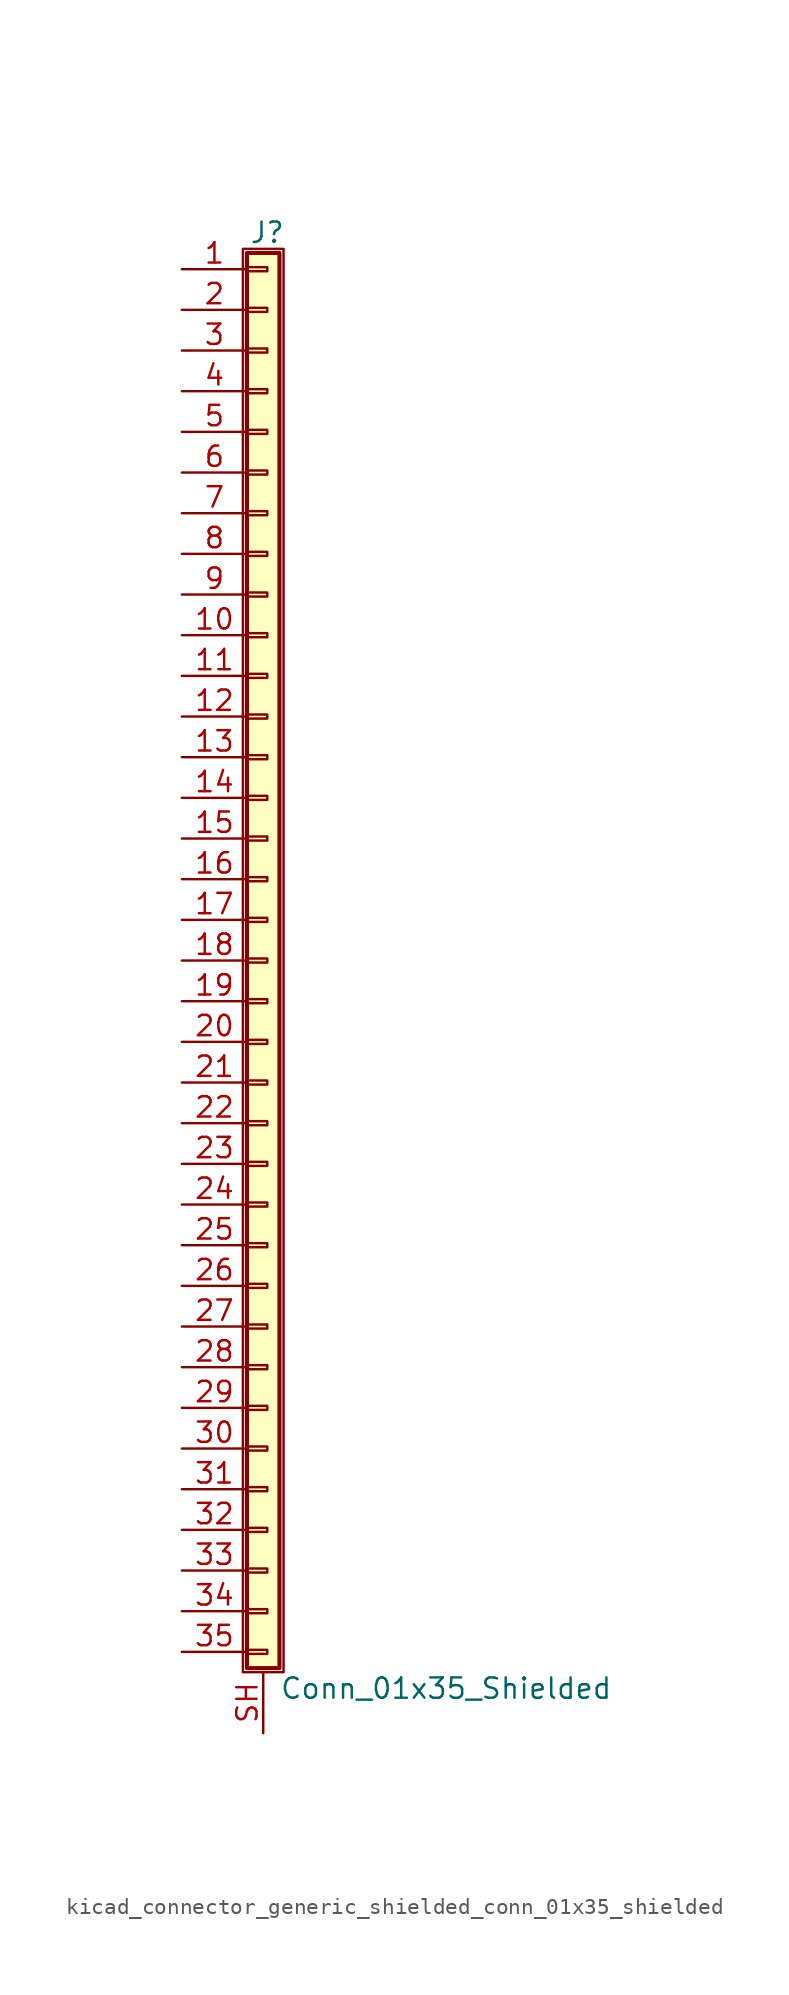
<source format=kicad_sym>
(kicad_symbol_lib
  (version 20220914)
  (generator kicad_symbol_editor)
  (symbol "kicad_connector_generic_shielded_conn_01x35_shielded"
    (pin_names
      (offset 1.016) hide)
    (property "Reference" "J"
      (at 0.254 45.466 0)
      (effects (font (size 1.27 1.27))))
    (property "Value" "Conn_01x35_Shielded"
      (at 1.016 -45.466 0)
      (effects (font (size 1.27 1.27)) (justify left)))
    (symbol "kicad_connector_generic_shielded_conn_01x35_shielded_1_1"
      (rectangle (start -1.27 44.45) (end 1.27 -44.45) (stroke (width 0.152) (type default)) (fill (type none)))
      (rectangle (start -1.016 -43.053) (end 0.254 -43.307) (stroke (width 0.152) (type default)) (fill (type none)))
      (rectangle (start -1.016 -40.513) (end 0.254 -40.767) (stroke (width 0.152) (type default)) (fill (type none)))
      (rectangle (start -1.016 -37.973) (end 0.254 -38.227) (stroke (width 0.152) (type default)) (fill (type none)))
      (rectangle (start -1.016 -35.433) (end 0.254 -35.687) (stroke (width 0.152) (type default)) (fill (type none)))
      (rectangle (start -1.016 -32.893) (end 0.254 -33.147) (stroke (width 0.152) (type default)) (fill (type none)))
      (rectangle (start -1.016 -30.353) (end 0.254 -30.607) (stroke (width 0.152) (type default)) (fill (type none)))
      (rectangle (start -1.016 -27.813) (end 0.254 -28.067) (stroke (width 0.152) (type default)) (fill (type none)))
      (rectangle (start -1.016 -25.273) (end 0.254 -25.527) (stroke (width 0.152) (type default)) (fill (type none)))
      (rectangle (start -1.016 -22.733) (end 0.254 -22.987) (stroke (width 0.152) (type default)) (fill (type none)))
      (rectangle (start -1.016 -20.193) (end 0.254 -20.447) (stroke (width 0.152) (type default)) (fill (type none)))
      (rectangle (start -1.016 -17.653) (end 0.254 -17.907) (stroke (width 0.152) (type default)) (fill (type none)))
      (rectangle (start -1.016 -15.113) (end 0.254 -15.367) (stroke (width 0.152) (type default)) (fill (type none)))
      (rectangle (start -1.016 -12.573) (end 0.254 -12.827) (stroke (width 0.152) (type default)) (fill (type none)))
      (rectangle (start -1.016 -10.033) (end 0.254 -10.287) (stroke (width 0.152) (type default)) (fill (type none)))
      (rectangle (start -1.016 -7.493) (end 0.254 -7.747) (stroke (width 0.152) (type default)) (fill (type none)))
      (rectangle (start -1.016 -4.953) (end 0.254 -5.207) (stroke (width 0.152) (type default)) (fill (type none)))
      (rectangle (start -1.016 -2.413) (end 0.254 -2.667) (stroke (width 0.152) (type default)) (fill (type none)))
      (rectangle (start -1.016 0.127) (end 0.254 -0.127) (stroke (width 0.152) (type default)) (fill (type none)))
      (rectangle (start -1.016 2.667) (end 0.254 2.413) (stroke (width 0.152) (type default)) (fill (type none)))
      (rectangle (start -1.016 5.207) (end 0.254 4.953) (stroke (width 0.152) (type default)) (fill (type none)))
      (rectangle (start -1.016 7.747) (end 0.254 7.493) (stroke (width 0.152) (type default)) (fill (type none)))
      (rectangle (start -1.016 10.287) (end 0.254 10.033) (stroke (width 0.152) (type default)) (fill (type none)))
      (rectangle (start -1.016 12.827) (end 0.254 12.573) (stroke (width 0.152) (type default)) (fill (type none)))
      (rectangle (start -1.016 15.367) (end 0.254 15.113) (stroke (width 0.152) (type default)) (fill (type none)))
      (rectangle (start -1.016 17.907) (end 0.254 17.653) (stroke (width 0.152) (type default)) (fill (type none)))
      (rectangle (start -1.016 20.447) (end 0.254 20.193) (stroke (width 0.152) (type default)) (fill (type none)))
      (rectangle (start -1.016 22.987) (end 0.254 22.733) (stroke (width 0.152) (type default)) (fill (type none)))
      (rectangle (start -1.016 25.527) (end 0.254 25.273) (stroke (width 0.152) (type default)) (fill (type none)))
      (rectangle (start -1.016 28.067) (end 0.254 27.813) (stroke (width 0.152) (type default)) (fill (type none)))
      (rectangle (start -1.016 30.607) (end 0.254 30.353) (stroke (width 0.152) (type default)) (fill (type none)))
      (rectangle (start -1.016 33.147) (end 0.254 32.893) (stroke (width 0.152) (type default)) (fill (type none)))
      (rectangle (start -1.016 35.687) (end 0.254 35.433) (stroke (width 0.152) (type default)) (fill (type none)))
      (rectangle (start -1.016 38.227) (end 0.254 37.973) (stroke (width 0.152) (type default)) (fill (type none)))
      (rectangle (start -1.016 40.767) (end 0.254 40.513) (stroke (width 0.152) (type default)) (fill (type none)))
      (rectangle (start -1.016 43.307) (end 0.254 43.053) (stroke (width 0.152) (type default)) (fill (type none)))
      (rectangle (start -1.016 44.196) (end 1.016 -44.196) (stroke (width 0.254) (type default)) (fill (type background)))
      (pin passive line (at -5.08 43.18 0) (length 4.064) (name "Pin_1" (effects (font (size 1.27 1.27)))) (number "1" (effects (font (size 1.27 1.27)))))
      (pin passive line (at -5.08 20.32 0) (length 4.064) (name "Pin_10" (effects (font (size 1.27 1.27)))) (number "10" (effects (font (size 1.27 1.27)))))
      (pin passive line (at -5.08 17.78 0) (length 4.064) (name "Pin_11" (effects (font (size 1.27 1.27)))) (number "11" (effects (font (size 1.27 1.27)))))
      (pin passive line (at -5.08 15.24 0) (length 4.064) (name "Pin_12" (effects (font (size 1.27 1.27)))) (number "12" (effects (font (size 1.27 1.27)))))
      (pin passive line (at -5.08 12.7 0) (length 4.064) (name "Pin_13" (effects (font (size 1.27 1.27)))) (number "13" (effects (font (size 1.27 1.27)))))
      (pin passive line (at -5.08 10.16 0) (length 4.064) (name "Pin_14" (effects (font (size 1.27 1.27)))) (number "14" (effects (font (size 1.27 1.27)))))
      (pin passive line (at -5.08 7.62 0) (length 4.064) (name "Pin_15" (effects (font (size 1.27 1.27)))) (number "15" (effects (font (size 1.27 1.27)))))
      (pin passive line (at -5.08 5.08 0) (length 4.064) (name "Pin_16" (effects (font (size 1.27 1.27)))) (number "16" (effects (font (size 1.27 1.27)))))
      (pin passive line (at -5.08 2.54 0) (length 4.064) (name "Pin_17" (effects (font (size 1.27 1.27)))) (number "17" (effects (font (size 1.27 1.27)))))
      (pin passive line (at -5.08 0 0) (length 4.064) (name "Pin_18" (effects (font (size 1.27 1.27)))) (number "18" (effects (font (size 1.27 1.27)))))
      (pin passive line (at -5.08 -2.54 0) (length 4.064) (name "Pin_19" (effects (font (size 1.27 1.27)))) (number "19" (effects (font (size 1.27 1.27)))))
      (pin passive line (at -5.08 40.64 0) (length 4.064) (name "Pin_2" (effects (font (size 1.27 1.27)))) (number "2" (effects (font (size 1.27 1.27)))))
      (pin passive line (at -5.08 -5.08 0) (length 4.064) (name "Pin_20" (effects (font (size 1.27 1.27)))) (number "20" (effects (font (size 1.27 1.27)))))
      (pin passive line (at -5.08 -7.62 0) (length 4.064) (name "Pin_21" (effects (font (size 1.27 1.27)))) (number "21" (effects (font (size 1.27 1.27)))))
      (pin passive line (at -5.08 -10.16 0) (length 4.064) (name "Pin_22" (effects (font (size 1.27 1.27)))) (number "22" (effects (font (size 1.27 1.27)))))
      (pin passive line (at -5.08 -12.7 0) (length 4.064) (name "Pin_23" (effects (font (size 1.27 1.27)))) (number "23" (effects (font (size 1.27 1.27)))))
      (pin passive line (at -5.08 -15.24 0) (length 4.064) (name "Pin_24" (effects (font (size 1.27 1.27)))) (number "24" (effects (font (size 1.27 1.27)))))
      (pin passive line (at -5.08 -17.78 0) (length 4.064) (name "Pin_25" (effects (font (size 1.27 1.27)))) (number "25" (effects (font (size 1.27 1.27)))))
      (pin passive line (at -5.08 -20.32 0) (length 4.064) (name "Pin_26" (effects (font (size 1.27 1.27)))) (number "26" (effects (font (size 1.27 1.27)))))
      (pin passive line (at -5.08 -22.86 0) (length 4.064) (name "Pin_27" (effects (font (size 1.27 1.27)))) (number "27" (effects (font (size 1.27 1.27)))))
      (pin passive line (at -5.08 -25.4 0) (length 4.064) (name "Pin_28" (effects (font (size 1.27 1.27)))) (number "28" (effects (font (size 1.27 1.27)))))
      (pin passive line (at -5.08 -27.94 0) (length 4.064) (name "Pin_29" (effects (font (size 1.27 1.27)))) (number "29" (effects (font (size 1.27 1.27)))))
      (pin passive line (at -5.08 38.1 0) (length 4.064) (name "Pin_3" (effects (font (size 1.27 1.27)))) (number "3" (effects (font (size 1.27 1.27)))))
      (pin passive line (at -5.08 -30.48 0) (length 4.064) (name "Pin_30" (effects (font (size 1.27 1.27)))) (number "30" (effects (font (size 1.27 1.27)))))
      (pin passive line (at -5.08 -33.02 0) (length 4.064) (name "Pin_31" (effects (font (size 1.27 1.27)))) (number "31" (effects (font (size 1.27 1.27)))))
      (pin passive line (at -5.08 -35.56 0) (length 4.064) (name "Pin_32" (effects (font (size 1.27 1.27)))) (number "32" (effects (font (size 1.27 1.27)))))
      (pin passive line (at -5.08 -38.1 0) (length 4.064) (name "Pin_33" (effects (font (size 1.27 1.27)))) (number "33" (effects (font (size 1.27 1.27)))))
      (pin passive line (at -5.08 -40.64 0) (length 4.064) (name "Pin_34" (effects (font (size 1.27 1.27)))) (number "34" (effects (font (size 1.27 1.27)))))
      (pin passive line (at -5.08 -43.18 0) (length 4.064) (name "Pin_35" (effects (font (size 1.27 1.27)))) (number "35" (effects (font (size 1.27 1.27)))))
      (pin passive line (at -5.08 35.56 0) (length 4.064) (name "Pin_4" (effects (font (size 1.27 1.27)))) (number "4" (effects (font (size 1.27 1.27)))))
      (pin passive line (at -5.08 33.02 0) (length 4.064) (name "Pin_5" (effects (font (size 1.27 1.27)))) (number "5" (effects (font (size 1.27 1.27)))))
      (pin passive line (at -5.08 30.48 0) (length 4.064) (name "Pin_6" (effects (font (size 1.27 1.27)))) (number "6" (effects (font (size 1.27 1.27)))))
      (pin passive line (at -5.08 27.94 0) (length 4.064) (name "Pin_7" (effects (font (size 1.27 1.27)))) (number "7" (effects (font (size 1.27 1.27)))))
      (pin passive line (at -5.08 25.4 0) (length 4.064) (name "Pin_8" (effects (font (size 1.27 1.27)))) (number "8" (effects (font (size 1.27 1.27)))))
      (pin passive line (at -5.08 22.86 0) (length 4.064) (name "Pin_9" (effects (font (size 1.27 1.27)))) (number "9" (effects (font (size 1.27 1.27)))))
      (pin passive line (at 0 -48.26 90) (length 3.81) (name "Shield" (effects (font (size 1.27 1.27)))) (number "SH" (effects (font (size 1.27 1.27))))))))
</source>
